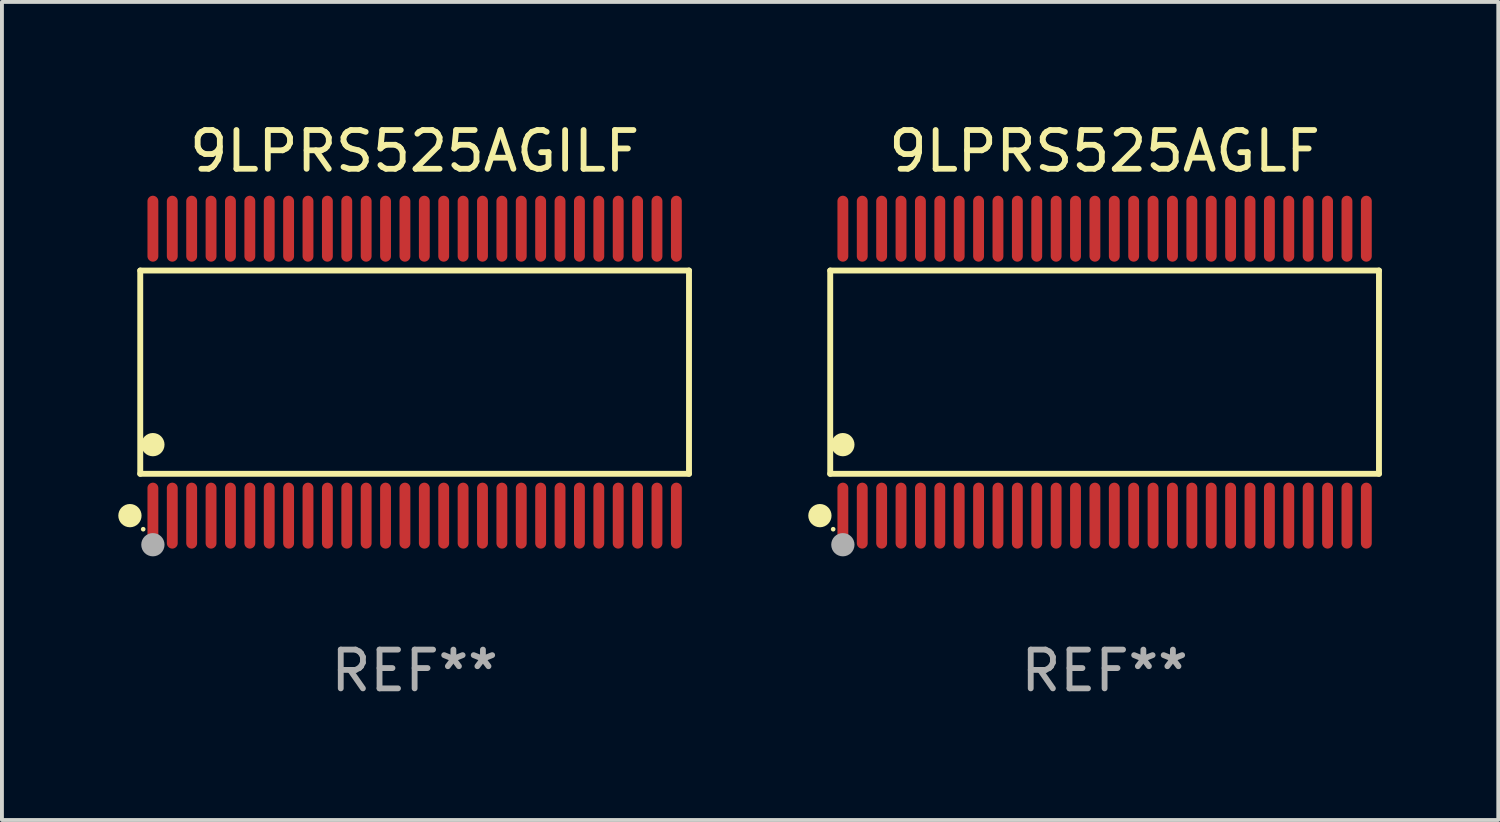
<source format=kicad_pcb>
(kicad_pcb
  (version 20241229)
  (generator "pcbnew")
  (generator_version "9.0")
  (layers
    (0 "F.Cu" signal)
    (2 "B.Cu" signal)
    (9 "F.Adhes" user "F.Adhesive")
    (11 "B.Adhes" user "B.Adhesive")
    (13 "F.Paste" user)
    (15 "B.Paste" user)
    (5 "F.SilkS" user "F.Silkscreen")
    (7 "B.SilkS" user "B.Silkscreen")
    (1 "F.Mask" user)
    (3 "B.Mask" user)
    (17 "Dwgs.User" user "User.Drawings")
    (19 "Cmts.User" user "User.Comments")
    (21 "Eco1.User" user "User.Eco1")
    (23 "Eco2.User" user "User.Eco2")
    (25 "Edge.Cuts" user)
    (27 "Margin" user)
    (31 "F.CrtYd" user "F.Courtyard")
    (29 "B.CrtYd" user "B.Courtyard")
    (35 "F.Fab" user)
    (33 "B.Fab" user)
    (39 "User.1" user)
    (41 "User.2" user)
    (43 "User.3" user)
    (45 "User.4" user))
  (footprint "9LPRS525AGILF"
    (layer "F.Cu")
    (at 7.643 6.548)
    (property "Reference" "9LPRS525AGILF" (at 0 -5.7 0) (layer "F.SilkS") (effects (font (size 1 1) (thickness 0.15))))
    (attr through_hole)
    (fp_line (start -7.076 -2.621) (end 7.076 -2.621) (stroke (width 0.152) (type solid)) (layer "F.SilkS"))
    (fp_line (start -7.076 2.621) (end -7.076 -2.621) (stroke (width 0.152) (type solid)) (layer "F.SilkS"))
    (fp_line (start 7.076 -2.621) (end 7.076 2.621) (stroke (width 0.152) (type solid)) (layer "F.SilkS"))
    (fp_line (start 7.076 2.621) (end -7.076 2.621) (stroke (width 0.152) (type solid)) (layer "F.SilkS"))
    (fp_circle (center -7.342 3.7) (end -7.192 3.7) (stroke (width 0.3) (type solid)) (fill no) (layer "F.SilkS"))
    (fp_circle (center -7 4.05) (end -6.97 4.05) (stroke (width 0.06) (type solid)) (fill no) (layer "F.SilkS"))
    (fp_circle (center -6.75 1.869) (end -6.6 1.869) (stroke (width 0.3) (type solid)) (fill no) (layer "F.SilkS"))
    (fp_circle (center -6.75 4.45) (end -6.6 4.45) (stroke (width 0.3) (type solid)) (fill no) (layer "F.Fab"))
    (fp_text user "REF**" (at 0 7.7 0) (layer "F.Fab") (effects (font (size 1 1) (thickness 0.15))))
    (pad "1" smd oval (at -6.75 3.7) (size 0.28 1.7) (layers "F.Cu" "F.Mask" "F.Paste"))
    (pad "2" smd oval (at -6.25 3.7) (size 0.28 1.7) (layers "F.Cu" "F.Mask" "F.Paste"))
    (pad "3" smd oval (at -5.75 3.7) (size 0.28 1.7) (layers "F.Cu" "F.Mask" "F.Paste"))
    (pad "4" smd oval (at -5.25 3.7) (size 0.28 1.7) (layers "F.Cu" "F.Mask" "F.Paste"))
    (pad "5" smd oval (at -4.75 3.7) (size 0.28 1.7) (layers "F.Cu" "F.Mask" "F.Paste"))
    (pad "6" smd oval (at -4.25 3.7) (size 0.28 1.7) (layers "F.Cu" "F.Mask" "F.Paste"))
    (pad "7" smd oval (at -3.75 3.7) (size 0.28 1.7) (layers "F.Cu" "F.Mask" "F.Paste"))
    (pad "8" smd oval (at -3.25 3.7) (size 0.28 1.7) (layers "F.Cu" "F.Mask" "F.Paste"))
    (pad "9" smd oval (at -2.75 3.7) (size 0.28 1.7) (layers "F.Cu" "F.Mask" "F.Paste"))
    (pad "10" smd oval (at -2.25 3.7) (size 0.28 1.7) (layers "F.Cu" "F.Mask" "F.Paste"))
    (pad "11" smd oval (at -1.75 3.7) (size 0.28 1.7) (layers "F.Cu" "F.Mask" "F.Paste"))
    (pad "12" smd oval (at -1.25 3.7) (size 0.28 1.7) (layers "F.Cu" "F.Mask" "F.Paste"))
    (pad "13" smd oval (at -0.75 3.7) (size 0.28 1.7) (layers "F.Cu" "F.Mask" "F.Paste"))
    (pad "14" smd oval (at -0.25 3.7) (size 0.28 1.7) (layers "F.Cu" "F.Mask" "F.Paste"))
    (pad "15" smd oval (at 0.25 3.7) (size 0.28 1.7) (layers "F.Cu" "F.Mask" "F.Paste"))
    (pad "16" smd oval (at 0.75 3.7) (size 0.28 1.7) (layers "F.Cu" "F.Mask" "F.Paste"))
    (pad "17" smd oval (at 1.25 3.7) (size 0.28 1.7) (layers "F.Cu" "F.Mask" "F.Paste"))
    (pad "18" smd oval (at 1.75 3.7) (size 0.28 1.7) (layers "F.Cu" "F.Mask" "F.Paste"))
    (pad "19" smd oval (at 2.25 3.7) (size 0.28 1.7) (layers "F.Cu" "F.Mask" "F.Paste"))
    (pad "20" smd oval (at 2.75 3.7) (size 0.28 1.7) (layers "F.Cu" "F.Mask" "F.Paste"))
    (pad "21" smd oval (at 3.25 3.7) (size 0.28 1.7) (layers "F.Cu" "F.Mask" "F.Paste"))
    (pad "22" smd oval (at 3.75 3.7) (size 0.28 1.7) (layers "F.Cu" "F.Mask" "F.Paste"))
    (pad "23" smd oval (at 4.25 3.7) (size 0.28 1.7) (layers "F.Cu" "F.Mask" "F.Paste"))
    (pad "24" smd oval (at 4.75 3.7) (size 0.28 1.7) (layers "F.Cu" "F.Mask" "F.Paste"))
    (pad "25" smd oval (at 5.25 3.7) (size 0.28 1.7) (layers "F.Cu" "F.Mask" "F.Paste"))
    (pad "26" smd oval (at 5.75 3.7) (size 0.28 1.7) (layers "F.Cu" "F.Mask" "F.Paste"))
    (pad "27" smd oval (at 6.25 3.7) (size 0.28 1.7) (layers "F.Cu" "F.Mask" "F.Paste"))
    (pad "28" smd oval (at 6.75 3.7) (size 0.28 1.7) (layers "F.Cu" "F.Mask" "F.Paste"))
    (pad "29" smd oval (at 6.75 -3.7) (size 0.28 1.7) (layers "F.Cu" "F.Mask" "F.Paste"))
    (pad "30" smd oval (at 6.25 -3.7) (size 0.28 1.7) (layers "F.Cu" "F.Mask" "F.Paste"))
    (pad "31" smd oval (at 5.75 -3.7) (size 0.28 1.7) (layers "F.Cu" "F.Mask" "F.Paste"))
    (pad "32" smd oval (at 5.25 -3.7) (size 0.28 1.7) (layers "F.Cu" "F.Mask" "F.Paste"))
    (pad "33" smd oval (at 4.75 -3.7) (size 0.28 1.7) (layers "F.Cu" "F.Mask" "F.Paste"))
    (pad "34" smd oval (at 4.25 -3.7) (size 0.28 1.7) (layers "F.Cu" "F.Mask" "F.Paste"))
    (pad "35" smd oval (at 3.75 -3.7) (size 0.28 1.7) (layers "F.Cu" "F.Mask" "F.Paste"))
    (pad "36" smd oval (at 3.25 -3.7) (size 0.28 1.7) (layers "F.Cu" "F.Mask" "F.Paste"))
    (pad "37" smd oval (at 2.75 -3.7) (size 0.28 1.7) (layers "F.Cu" "F.Mask" "F.Paste"))
    (pad "38" smd oval (at 2.25 -3.7) (size 0.28 1.7) (layers "F.Cu" "F.Mask" "F.Paste"))
    (pad "39" smd oval (at 1.75 -3.7) (size 0.28 1.7) (layers "F.Cu" "F.Mask" "F.Paste"))
    (pad "40" smd oval (at 1.25 -3.7) (size 0.28 1.7) (layers "F.Cu" "F.Mask" "F.Paste"))
    (pad "41" smd oval (at 0.75 -3.7) (size 0.28 1.7) (layers "F.Cu" "F.Mask" "F.Paste"))
    (pad "42" smd oval (at 0.25 -3.7) (size 0.28 1.7) (layers "F.Cu" "F.Mask" "F.Paste"))
    (pad "43" smd oval (at -0.25 -3.7) (size 0.28 1.7) (layers "F.Cu" "F.Mask" "F.Paste"))
    (pad "44" smd oval (at -0.75 -3.7) (size 0.28 1.7) (layers "F.Cu" "F.Mask" "F.Paste"))
    (pad "45" smd oval (at -1.25 -3.7) (size 0.28 1.7) (layers "F.Cu" "F.Mask" "F.Paste"))
    (pad "46" smd oval (at -1.75 -3.7) (size 0.28 1.7) (layers "F.Cu" "F.Mask" "F.Paste"))
    (pad "47" smd oval (at -2.25 -3.7) (size 0.28 1.7) (layers "F.Cu" "F.Mask" "F.Paste"))
    (pad "48" smd oval (at -2.75 -3.7) (size 0.28 1.7) (layers "F.Cu" "F.Mask" "F.Paste"))
    (pad "49" smd oval (at -3.25 -3.7) (size 0.28 1.7) (layers "F.Cu" "F.Mask" "F.Paste"))
    (pad "50" smd oval (at -3.75 -3.7) (size 0.28 1.7) (layers "F.Cu" "F.Mask" "F.Paste"))
    (pad "51" smd oval (at -4.25 -3.7) (size 0.28 1.7) (layers "F.Cu" "F.Mask" "F.Paste"))
    (pad "52" smd oval (at -4.75 -3.7) (size 0.28 1.7) (layers "F.Cu" "F.Mask" "F.Paste"))
    (pad "53" smd oval (at -5.25 -3.7) (size 0.28 1.7) (layers "F.Cu" "F.Mask" "F.Paste"))
    (pad "54" smd oval (at -5.75 -3.7) (size 0.28 1.7) (layers "F.Cu" "F.Mask" "F.Paste"))
    (pad "55" smd oval (at -6.25 -3.7) (size 0.28 1.7) (layers "F.Cu" "F.Mask" "F.Paste"))
    (pad "56" smd oval (at -6.75 -3.7) (size 0.28 1.7) (layers "F.Cu" "F.Mask" "F.Paste")))
  (footprint "9LPRS525AGLF"
    (layer "F.Cu")
    (at 25.437 6.548)
    (property "Reference" "9LPRS525AGLF" (at 0 -5.7 0) (layer "F.SilkS") (effects (font (size 1 1) (thickness 0.15))))
    (attr through_hole)
    (fp_line (start -7.076 -2.621) (end 7.076 -2.621) (stroke (width 0.152) (type solid)) (layer "F.SilkS"))
    (fp_line (start -7.076 2.621) (end -7.076 -2.621) (stroke (width 0.152) (type solid)) (layer "F.SilkS"))
    (fp_line (start 7.076 -2.621) (end 7.076 2.621) (stroke (width 0.152) (type solid)) (layer "F.SilkS"))
    (fp_line (start 7.076 2.621) (end -7.076 2.621) (stroke (width 0.152) (type solid)) (layer "F.SilkS"))
    (fp_circle (center -7.342 3.7) (end -7.192 3.7) (stroke (width 0.3) (type solid)) (fill no) (layer "F.SilkS"))
    (fp_circle (center -7 4.05) (end -6.97 4.05) (stroke (width 0.06) (type solid)) (fill no) (layer "F.SilkS"))
    (fp_circle (center -6.75 1.869) (end -6.6 1.869) (stroke (width 0.3) (type solid)) (fill no) (layer "F.SilkS"))
    (fp_circle (center -6.75 4.45) (end -6.6 4.45) (stroke (width 0.3) (type solid)) (fill no) (layer "F.Fab"))
    (fp_text user "REF**" (at 0 7.7 0) (layer "F.Fab") (effects (font (size 1 1) (thickness 0.15))))
    (pad "1" smd oval (at -6.75 3.7) (size 0.28 1.7) (layers "F.Cu" "F.Mask" "F.Paste"))
    (pad "2" smd oval (at -6.25 3.7) (size 0.28 1.7) (layers "F.Cu" "F.Mask" "F.Paste"))
    (pad "3" smd oval (at -5.75 3.7) (size 0.28 1.7) (layers "F.Cu" "F.Mask" "F.Paste"))
    (pad "4" smd oval (at -5.25 3.7) (size 0.28 1.7) (layers "F.Cu" "F.Mask" "F.Paste"))
    (pad "5" smd oval (at -4.75 3.7) (size 0.28 1.7) (layers "F.Cu" "F.Mask" "F.Paste"))
    (pad "6" smd oval (at -4.25 3.7) (size 0.28 1.7) (layers "F.Cu" "F.Mask" "F.Paste"))
    (pad "7" smd oval (at -3.75 3.7) (size 0.28 1.7) (layers "F.Cu" "F.Mask" "F.Paste"))
    (pad "8" smd oval (at -3.25 3.7) (size 0.28 1.7) (layers "F.Cu" "F.Mask" "F.Paste"))
    (pad "9" smd oval (at -2.75 3.7) (size 0.28 1.7) (layers "F.Cu" "F.Mask" "F.Paste"))
    (pad "10" smd oval (at -2.25 3.7) (size 0.28 1.7) (layers "F.Cu" "F.Mask" "F.Paste"))
    (pad "11" smd oval (at -1.75 3.7) (size 0.28 1.7) (layers "F.Cu" "F.Mask" "F.Paste"))
    (pad "12" smd oval (at -1.25 3.7) (size 0.28 1.7) (layers "F.Cu" "F.Mask" "F.Paste"))
    (pad "13" smd oval (at -0.75 3.7) (size 0.28 1.7) (layers "F.Cu" "F.Mask" "F.Paste"))
    (pad "14" smd oval (at -0.25 3.7) (size 0.28 1.7) (layers "F.Cu" "F.Mask" "F.Paste"))
    (pad "15" smd oval (at 0.25 3.7) (size 0.28 1.7) (layers "F.Cu" "F.Mask" "F.Paste"))
    (pad "16" smd oval (at 0.75 3.7) (size 0.28 1.7) (layers "F.Cu" "F.Mask" "F.Paste"))
    (pad "17" smd oval (at 1.25 3.7) (size 0.28 1.7) (layers "F.Cu" "F.Mask" "F.Paste"))
    (pad "18" smd oval (at 1.75 3.7) (size 0.28 1.7) (layers "F.Cu" "F.Mask" "F.Paste"))
    (pad "19" smd oval (at 2.25 3.7) (size 0.28 1.7) (layers "F.Cu" "F.Mask" "F.Paste"))
    (pad "20" smd oval (at 2.75 3.7) (size 0.28 1.7) (layers "F.Cu" "F.Mask" "F.Paste"))
    (pad "21" smd oval (at 3.25 3.7) (size 0.28 1.7) (layers "F.Cu" "F.Mask" "F.Paste"))
    (pad "22" smd oval (at 3.75 3.7) (size 0.28 1.7) (layers "F.Cu" "F.Mask" "F.Paste"))
    (pad "23" smd oval (at 4.25 3.7) (size 0.28 1.7) (layers "F.Cu" "F.Mask" "F.Paste"))
    (pad "24" smd oval (at 4.75 3.7) (size 0.28 1.7) (layers "F.Cu" "F.Mask" "F.Paste"))
    (pad "25" smd oval (at 5.25 3.7) (size 0.28 1.7) (layers "F.Cu" "F.Mask" "F.Paste"))
    (pad "26" smd oval (at 5.75 3.7) (size 0.28 1.7) (layers "F.Cu" "F.Mask" "F.Paste"))
    (pad "27" smd oval (at 6.25 3.7) (size 0.28 1.7) (layers "F.Cu" "F.Mask" "F.Paste"))
    (pad "28" smd oval (at 6.75 3.7) (size 0.28 1.7) (layers "F.Cu" "F.Mask" "F.Paste"))
    (pad "29" smd oval (at 6.75 -3.7) (size 0.28 1.7) (layers "F.Cu" "F.Mask" "F.Paste"))
    (pad "30" smd oval (at 6.25 -3.7) (size 0.28 1.7) (layers "F.Cu" "F.Mask" "F.Paste"))
    (pad "31" smd oval (at 5.75 -3.7) (size 0.28 1.7) (layers "F.Cu" "F.Mask" "F.Paste"))
    (pad "32" smd oval (at 5.25 -3.7) (size 0.28 1.7) (layers "F.Cu" "F.Mask" "F.Paste"))
    (pad "33" smd oval (at 4.75 -3.7) (size 0.28 1.7) (layers "F.Cu" "F.Mask" "F.Paste"))
    (pad "34" smd oval (at 4.25 -3.7) (size 0.28 1.7) (layers "F.Cu" "F.Mask" "F.Paste"))
    (pad "35" smd oval (at 3.75 -3.7) (size 0.28 1.7) (layers "F.Cu" "F.Mask" "F.Paste"))
    (pad "36" smd oval (at 3.25 -3.7) (size 0.28 1.7) (layers "F.Cu" "F.Mask" "F.Paste"))
    (pad "37" smd oval (at 2.75 -3.7) (size 0.28 1.7) (layers "F.Cu" "F.Mask" "F.Paste"))
    (pad "38" smd oval (at 2.25 -3.7) (size 0.28 1.7) (layers "F.Cu" "F.Mask" "F.Paste"))
    (pad "39" smd oval (at 1.75 -3.7) (size 0.28 1.7) (layers "F.Cu" "F.Mask" "F.Paste"))
    (pad "40" smd oval (at 1.25 -3.7) (size 0.28 1.7) (layers "F.Cu" "F.Mask" "F.Paste"))
    (pad "41" smd oval (at 0.75 -3.7) (size 0.28 1.7) (layers "F.Cu" "F.Mask" "F.Paste"))
    (pad "42" smd oval (at 0.25 -3.7) (size 0.28 1.7) (layers "F.Cu" "F.Mask" "F.Paste"))
    (pad "43" smd oval (at -0.25 -3.7) (size 0.28 1.7) (layers "F.Cu" "F.Mask" "F.Paste"))
    (pad "44" smd oval (at -0.75 -3.7) (size 0.28 1.7) (layers "F.Cu" "F.Mask" "F.Paste"))
    (pad "45" smd oval (at -1.25 -3.7) (size 0.28 1.7) (layers "F.Cu" "F.Mask" "F.Paste"))
    (pad "46" smd oval (at -1.75 -3.7) (size 0.28 1.7) (layers "F.Cu" "F.Mask" "F.Paste"))
    (pad "47" smd oval (at -2.25 -3.7) (size 0.28 1.7) (layers "F.Cu" "F.Mask" "F.Paste"))
    (pad "48" smd oval (at -2.75 -3.7) (size 0.28 1.7) (layers "F.Cu" "F.Mask" "F.Paste"))
    (pad "49" smd oval (at -3.25 -3.7) (size 0.28 1.7) (layers "F.Cu" "F.Mask" "F.Paste"))
    (pad "50" smd oval (at -3.75 -3.7) (size 0.28 1.7) (layers "F.Cu" "F.Mask" "F.Paste"))
    (pad "51" smd oval (at -4.25 -3.7) (size 0.28 1.7) (layers "F.Cu" "F.Mask" "F.Paste"))
    (pad "52" smd oval (at -4.75 -3.7) (size 0.28 1.7) (layers "F.Cu" "F.Mask" "F.Paste"))
    (pad "53" smd oval (at -5.25 -3.7) (size 0.28 1.7) (layers "F.Cu" "F.Mask" "F.Paste"))
    (pad "54" smd oval (at -5.75 -3.7) (size 0.28 1.7) (layers "F.Cu" "F.Mask" "F.Paste"))
    (pad "55" smd oval (at -6.25 -3.7) (size 0.28 1.7) (layers "F.Cu" "F.Mask" "F.Paste"))
    (pad "56" smd oval (at -6.75 -3.7) (size 0.28 1.7) (layers "F.Cu" "F.Mask" "F.Paste")))
  (gr_rect
    (start -3 -3)
    (end 35.59 18.097)
    (stroke (width 0.1) (type default))
    (fill no)
    (layer "Edge.Cuts")))
</source>
